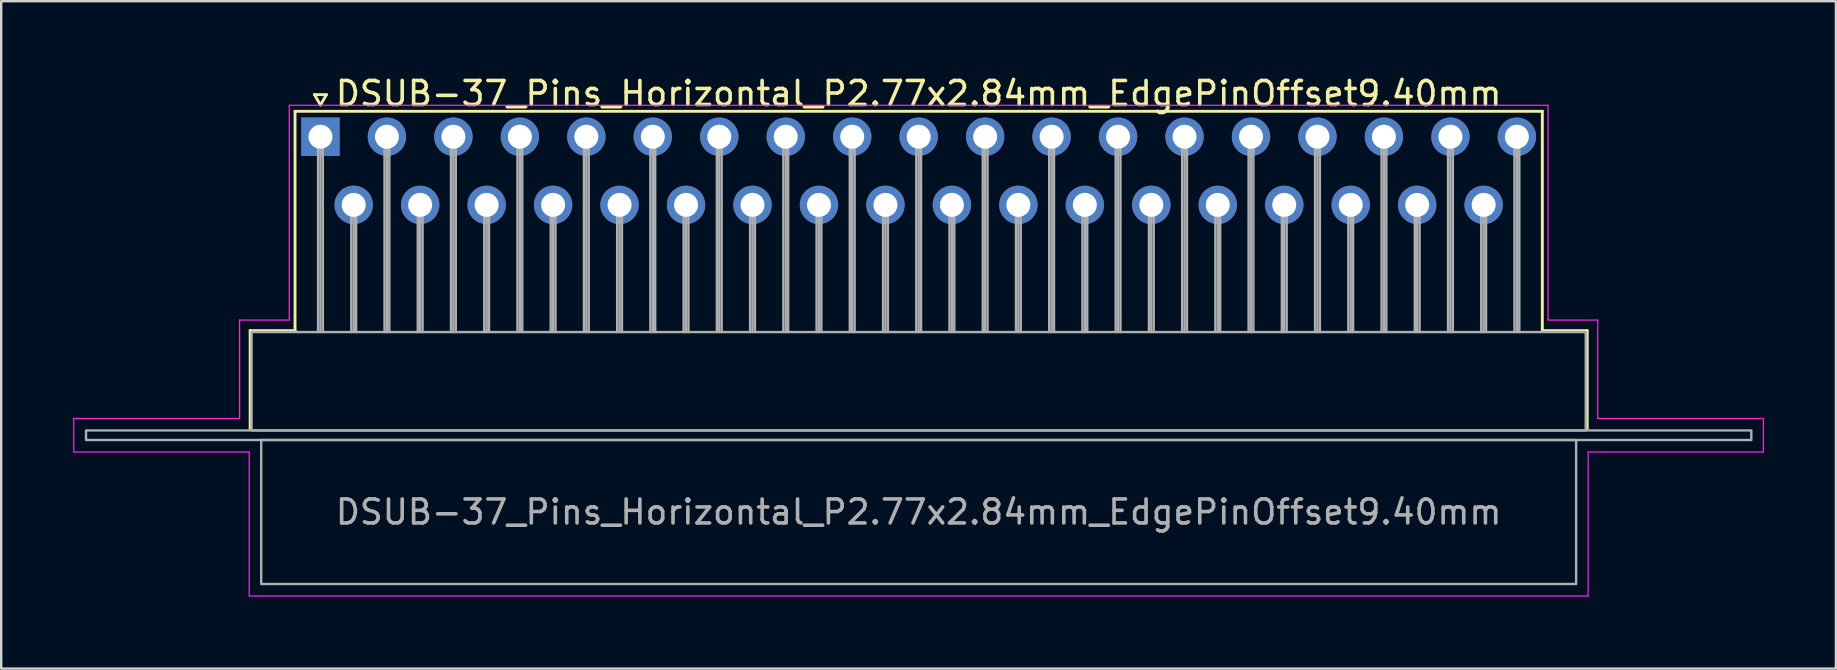
<source format=kicad_pcb>
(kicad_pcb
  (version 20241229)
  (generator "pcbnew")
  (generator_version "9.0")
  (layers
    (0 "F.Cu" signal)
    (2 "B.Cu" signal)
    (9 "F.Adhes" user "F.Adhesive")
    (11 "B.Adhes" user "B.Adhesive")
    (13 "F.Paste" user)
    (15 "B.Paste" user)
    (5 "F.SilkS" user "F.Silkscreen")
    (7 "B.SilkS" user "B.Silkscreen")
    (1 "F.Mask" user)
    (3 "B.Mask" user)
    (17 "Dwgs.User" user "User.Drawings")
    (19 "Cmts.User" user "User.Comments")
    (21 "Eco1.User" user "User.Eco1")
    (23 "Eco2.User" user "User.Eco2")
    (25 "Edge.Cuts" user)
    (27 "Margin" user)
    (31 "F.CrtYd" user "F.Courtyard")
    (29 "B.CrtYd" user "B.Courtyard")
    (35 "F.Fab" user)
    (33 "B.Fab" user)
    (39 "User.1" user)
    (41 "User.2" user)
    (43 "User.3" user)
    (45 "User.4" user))
  (footprint "DSUB-37_Pins_Horizontal_P2.77x2.84mm_EdgePinOffset9.40mm"
    (layer "F.Cu")
    (at 10.305 2.648)
    (property "Reference" "DSUB-37_Pins_Horizontal_P2.77x2.84mm_EdgePinOffset9.40mm" (at 24.93 -1.8 0) (layer "F.SilkS") (effects (font (size 1 1) (thickness 0.15))))
    (attr through_hole)
    (fp_line (start -2.93 8.08) (end -1.06 8.08) (stroke (width 0.12) (type solid)) (layer "F.SilkS"))
    (fp_line (start -2.93 12.18) (end -2.93 8.08) (stroke (width 0.12) (type solid)) (layer "F.SilkS"))
    (fp_line (start -1.06 -1.06) (end 50.92 -1.06) (stroke (width 0.12) (type solid)) (layer "F.SilkS"))
    (fp_line (start -1.06 8.08) (end -1.06 -1.06) (stroke (width 0.12) (type solid)) (layer "F.SilkS"))
    (fp_line (start -0.25 -1.754) (end 0.25 -1.754) (stroke (width 0.12) (type solid)) (layer "F.SilkS"))
    (fp_line (start 0 -1.321) (end -0.25 -1.754) (stroke (width 0.12) (type solid)) (layer "F.SilkS"))
    (fp_line (start 0.25 -1.754) (end 0 -1.321) (stroke (width 0.12) (type solid)) (layer "F.SilkS"))
    (fp_line (start 50.92 -1.06) (end 50.92 8.08) (stroke (width 0.12) (type solid)) (layer "F.SilkS"))
    (fp_line (start 50.92 8.08) (end 52.79 8.08) (stroke (width 0.12) (type solid)) (layer "F.SilkS"))
    (fp_line (start 52.79 8.08) (end 52.79 12.18) (stroke (width 0.12) (type solid)) (layer "F.SilkS"))
    (fp_line (start -10.28 11.74) (end -3.37 11.74) (stroke (width 0.05) (type solid)) (layer "F.CrtYd"))
    (fp_line (start -10.28 13.14) (end -10.28 11.74) (stroke (width 0.05) (type solid)) (layer "F.CrtYd"))
    (fp_line (start -3.37 7.64) (end -1.3 7.64) (stroke (width 0.05) (type solid)) (layer "F.CrtYd"))
    (fp_line (start -3.37 11.74) (end -3.37 7.64) (stroke (width 0.05) (type solid)) (layer "F.CrtYd"))
    (fp_line (start -2.97 13.14) (end -10.28 13.14) (stroke (width 0.05) (type solid)) (layer "F.CrtYd"))
    (fp_line (start -2.97 19.14) (end -2.97 13.14) (stroke (width 0.05) (type solid)) (layer "F.CrtYd"))
    (fp_line (start -1.3 -1.31) (end 51.16 -1.31) (stroke (width 0.05) (type solid)) (layer "F.CrtYd"))
    (fp_line (start -1.3 7.64) (end -1.3 -1.31) (stroke (width 0.05) (type solid)) (layer "F.CrtYd"))
    (fp_line (start 51.16 -1.31) (end 51.16 7.64) (stroke (width 0.05) (type solid)) (layer "F.CrtYd"))
    (fp_line (start 51.16 7.64) (end 53.23 7.64) (stroke (width 0.05) (type solid)) (layer "F.CrtYd"))
    (fp_line (start 52.83 13.14) (end 52.83 19.14) (stroke (width 0.05) (type solid)) (layer "F.CrtYd"))
    (fp_line (start 52.83 19.14) (end -2.97 19.14) (stroke (width 0.05) (type solid)) (layer "F.CrtYd"))
    (fp_line (start 53.23 7.64) (end 53.23 11.74) (stroke (width 0.05) (type solid)) (layer "F.CrtYd"))
    (fp_line (start 53.23 11.74) (end 60.13 11.74) (stroke (width 0.05) (type solid)) (layer "F.CrtYd"))
    (fp_line (start 60.13 11.74) (end 60.13 13.14) (stroke (width 0.05) (type solid)) (layer "F.CrtYd"))
    (fp_line (start 60.13 13.14) (end 52.83 13.14) (stroke (width 0.05) (type solid)) (layer "F.CrtYd"))
    (fp_line (start -0.1 0) (end -0.1 8.14) (stroke (width 0.1) (type solid)) (layer "F.Fab"))
    (fp_line (start 0 0) (end 0 8.14) (stroke (width 0.1) (type solid)) (layer "F.Fab"))
    (fp_line (start 0.1 0) (end 0.1 8.14) (stroke (width 0.1) (type solid)) (layer "F.Fab"))
    (fp_line (start 1.285 2.84) (end 1.285 8.14) (stroke (width 0.1) (type solid)) (layer "F.Fab"))
    (fp_line (start 1.385 2.84) (end 1.385 8.14) (stroke (width 0.1) (type solid)) (layer "F.Fab"))
    (fp_line (start 1.485 2.84) (end 1.485 8.14) (stroke (width 0.1) (type solid)) (layer "F.Fab"))
    (fp_line (start 2.67 0) (end 2.67 8.14) (stroke (width 0.1) (type solid)) (layer "F.Fab"))
    (fp_line (start 2.77 0) (end 2.77 8.14) (stroke (width 0.1) (type solid)) (layer "F.Fab"))
    (fp_line (start 2.87 0) (end 2.87 8.14) (stroke (width 0.1) (type solid)) (layer "F.Fab"))
    (fp_line (start 4.055 2.84) (end 4.055 8.14) (stroke (width 0.1) (type solid)) (layer "F.Fab"))
    (fp_line (start 4.155 2.84) (end 4.155 8.14) (stroke (width 0.1) (type solid)) (layer "F.Fab"))
    (fp_line (start 4.255 2.84) (end 4.255 8.14) (stroke (width 0.1) (type solid)) (layer "F.Fab"))
    (fp_line (start 5.44 0) (end 5.44 8.14) (stroke (width 0.1) (type solid)) (layer "F.Fab"))
    (fp_line (start 5.54 0) (end 5.54 8.14) (stroke (width 0.1) (type solid)) (layer "F.Fab"))
    (fp_line (start 5.64 0) (end 5.64 8.14) (stroke (width 0.1) (type solid)) (layer "F.Fab"))
    (fp_line (start 6.825 2.84) (end 6.825 8.14) (stroke (width 0.1) (type solid)) (layer "F.Fab"))
    (fp_line (start 6.925 2.84) (end 6.925 8.14) (stroke (width 0.1) (type solid)) (layer "F.Fab"))
    (fp_line (start 7.025 2.84) (end 7.025 8.14) (stroke (width 0.1) (type solid)) (layer "F.Fab"))
    (fp_line (start 8.21 0) (end 8.21 8.14) (stroke (width 0.1) (type solid)) (layer "F.Fab"))
    (fp_line (start 8.31 0) (end 8.31 8.14) (stroke (width 0.1) (type solid)) (layer "F.Fab"))
    (fp_line (start 8.41 0) (end 8.41 8.14) (stroke (width 0.1) (type solid)) (layer "F.Fab"))
    (fp_line (start 9.595 2.84) (end 9.595 8.14) (stroke (width 0.1) (type solid)) (layer "F.Fab"))
    (fp_line (start 9.695 2.84) (end 9.695 8.14) (stroke (width 0.1) (type solid)) (layer "F.Fab"))
    (fp_line (start 9.795 2.84) (end 9.795 8.14) (stroke (width 0.1) (type solid)) (layer "F.Fab"))
    (fp_line (start 10.98 0) (end 10.98 8.14) (stroke (width 0.1) (type solid)) (layer "F.Fab"))
    (fp_line (start 11.08 0) (end 11.08 8.14) (stroke (width 0.1) (type solid)) (layer "F.Fab"))
    (fp_line (start 11.18 0) (end 11.18 8.14) (stroke (width 0.1) (type solid)) (layer "F.Fab"))
    (fp_line (start 12.365 2.84) (end 12.365 8.14) (stroke (width 0.1) (type solid)) (layer "F.Fab"))
    (fp_line (start 12.465 2.84) (end 12.465 8.14) (stroke (width 0.1) (type solid)) (layer "F.Fab"))
    (fp_line (start 12.565 2.84) (end 12.565 8.14) (stroke (width 0.1) (type solid)) (layer "F.Fab"))
    (fp_line (start 13.75 0) (end 13.75 8.14) (stroke (width 0.1) (type solid)) (layer "F.Fab"))
    (fp_line (start 13.85 0) (end 13.85 8.14) (stroke (width 0.1) (type solid)) (layer "F.Fab"))
    (fp_line (start 13.95 0) (end 13.95 8.14) (stroke (width 0.1) (type solid)) (layer "F.Fab"))
    (fp_line (start 15.135 2.84) (end 15.135 8.14) (stroke (width 0.1) (type solid)) (layer "F.Fab"))
    (fp_line (start 15.235 2.84) (end 15.235 8.14) (stroke (width 0.1) (type solid)) (layer "F.Fab"))
    (fp_line (start 15.335 2.84) (end 15.335 8.14) (stroke (width 0.1) (type solid)) (layer "F.Fab"))
    (fp_line (start 16.52 0) (end 16.52 8.14) (stroke (width 0.1) (type solid)) (layer "F.Fab"))
    (fp_line (start 16.62 0) (end 16.62 8.14) (stroke (width 0.1) (type solid)) (layer "F.Fab"))
    (fp_line (start 16.72 0) (end 16.72 8.14) (stroke (width 0.1) (type solid)) (layer "F.Fab"))
    (fp_line (start 17.905 2.84) (end 17.905 8.14) (stroke (width 0.1) (type solid)) (layer "F.Fab"))
    (fp_line (start 18.005 2.84) (end 18.005 8.14) (stroke (width 0.1) (type solid)) (layer "F.Fab"))
    (fp_line (start 18.105 2.84) (end 18.105 8.14) (stroke (width 0.1) (type solid)) (layer "F.Fab"))
    (fp_line (start 19.29 0) (end 19.29 8.14) (stroke (width 0.1) (type solid)) (layer "F.Fab"))
    (fp_line (start 19.39 0) (end 19.39 8.14) (stroke (width 0.1) (type solid)) (layer "F.Fab"))
    (fp_line (start 19.49 0) (end 19.49 8.14) (stroke (width 0.1) (type solid)) (layer "F.Fab"))
    (fp_line (start 20.675 2.84) (end 20.675 8.14) (stroke (width 0.1) (type solid)) (layer "F.Fab"))
    (fp_line (start 20.775 2.84) (end 20.775 8.14) (stroke (width 0.1) (type solid)) (layer "F.Fab"))
    (fp_line (start 20.875 2.84) (end 20.875 8.14) (stroke (width 0.1) (type solid)) (layer "F.Fab"))
    (fp_line (start 22.06 0) (end 22.06 8.14) (stroke (width 0.1) (type solid)) (layer "F.Fab"))
    (fp_line (start 22.16 0) (end 22.16 8.14) (stroke (width 0.1) (type solid)) (layer "F.Fab"))
    (fp_line (start 22.26 0) (end 22.26 8.14) (stroke (width 0.1) (type solid)) (layer "F.Fab"))
    (fp_line (start 23.445 2.84) (end 23.445 8.14) (stroke (width 0.1) (type solid)) (layer "F.Fab"))
    (fp_line (start 23.545 2.84) (end 23.545 8.14) (stroke (width 0.1) (type solid)) (layer "F.Fab"))
    (fp_line (start 23.645 2.84) (end 23.645 8.14) (stroke (width 0.1) (type solid)) (layer "F.Fab"))
    (fp_line (start 24.83 0) (end 24.83 8.14) (stroke (width 0.1) (type solid)) (layer "F.Fab"))
    (fp_line (start 24.93 0) (end 24.93 8.14) (stroke (width 0.1) (type solid)) (layer "F.Fab"))
    (fp_line (start 25.03 0) (end 25.03 8.14) (stroke (width 0.1) (type solid)) (layer "F.Fab"))
    (fp_line (start 26.215 2.84) (end 26.215 8.14) (stroke (width 0.1) (type solid)) (layer "F.Fab"))
    (fp_line (start 26.315 2.84) (end 26.315 8.14) (stroke (width 0.1) (type solid)) (layer "F.Fab"))
    (fp_line (start 26.415 2.84) (end 26.415 8.14) (stroke (width 0.1) (type solid)) (layer "F.Fab"))
    (fp_line (start 27.6 0) (end 27.6 8.14) (stroke (width 0.1) (type solid)) (layer "F.Fab"))
    (fp_line (start 27.7 0) (end 27.7 8.14) (stroke (width 0.1) (type solid)) (layer "F.Fab"))
    (fp_line (start 27.8 0) (end 27.8 8.14) (stroke (width 0.1) (type solid)) (layer "F.Fab"))
    (fp_line (start 28.985 2.84) (end 28.985 8.14) (stroke (width 0.1) (type solid)) (layer "F.Fab"))
    (fp_line (start 29.085 2.84) (end 29.085 8.14) (stroke (width 0.1) (type solid)) (layer "F.Fab"))
    (fp_line (start 29.185 2.84) (end 29.185 8.14) (stroke (width 0.1) (type solid)) (layer "F.Fab"))
    (fp_line (start 30.37 0) (end 30.37 8.14) (stroke (width 0.1) (type solid)) (layer "F.Fab"))
    (fp_line (start 30.47 0) (end 30.47 8.14) (stroke (width 0.1) (type solid)) (layer "F.Fab"))
    (fp_line (start 30.57 0) (end 30.57 8.14) (stroke (width 0.1) (type solid)) (layer "F.Fab"))
    (fp_line (start 31.755 2.84) (end 31.755 8.14) (stroke (width 0.1) (type solid)) (layer "F.Fab"))
    (fp_line (start 31.855 2.84) (end 31.855 8.14) (stroke (width 0.1) (type solid)) (layer "F.Fab"))
    (fp_line (start 31.955 2.84) (end 31.955 8.14) (stroke (width 0.1) (type solid)) (layer "F.Fab"))
    (fp_line (start 33.14 0) (end 33.14 8.14) (stroke (width 0.1) (type solid)) (layer "F.Fab"))
    (fp_line (start 33.24 0) (end 33.24 8.14) (stroke (width 0.1) (type solid)) (layer "F.Fab"))
    (fp_line (start 33.34 0) (end 33.34 8.14) (stroke (width 0.1) (type solid)) (layer "F.Fab"))
    (fp_line (start 34.525 2.84) (end 34.525 8.14) (stroke (width 0.1) (type solid)) (layer "F.Fab"))
    (fp_line (start 34.625 2.84) (end 34.625 8.14) (stroke (width 0.1) (type solid)) (layer "F.Fab"))
    (fp_line (start 34.725 2.84) (end 34.725 8.14) (stroke (width 0.1) (type solid)) (layer "F.Fab"))
    (fp_line (start 35.91 0) (end 35.91 8.14) (stroke (width 0.1) (type solid)) (layer "F.Fab"))
    (fp_line (start 36.01 0) (end 36.01 8.14) (stroke (width 0.1) (type solid)) (layer "F.Fab"))
    (fp_line (start 36.11 0) (end 36.11 8.14) (stroke (width 0.1) (type solid)) (layer "F.Fab"))
    (fp_line (start 37.295 2.84) (end 37.295 8.14) (stroke (width 0.1) (type solid)) (layer "F.Fab"))
    (fp_line (start 37.395 2.84) (end 37.395 8.14) (stroke (width 0.1) (type solid)) (layer "F.Fab"))
    (fp_line (start 37.495 2.84) (end 37.495 8.14) (stroke (width 0.1) (type solid)) (layer "F.Fab"))
    (fp_line (start 38.68 0) (end 38.68 8.14) (stroke (width 0.1) (type solid)) (layer "F.Fab"))
    (fp_line (start 38.78 0) (end 38.78 8.14) (stroke (width 0.1) (type solid)) (layer "F.Fab"))
    (fp_line (start 38.88 0) (end 38.88 8.14) (stroke (width 0.1) (type solid)) (layer "F.Fab"))
    (fp_line (start 40.065 2.84) (end 40.065 8.14) (stroke (width 0.1) (type solid)) (layer "F.Fab"))
    (fp_line (start 40.165 2.84) (end 40.165 8.14) (stroke (width 0.1) (type solid)) (layer "F.Fab"))
    (fp_line (start 40.265 2.84) (end 40.265 8.14) (stroke (width 0.1) (type solid)) (layer "F.Fab"))
    (fp_line (start 41.45 0) (end 41.45 8.14) (stroke (width 0.1) (type solid)) (layer "F.Fab"))
    (fp_line (start 41.55 0) (end 41.55 8.14) (stroke (width 0.1) (type solid)) (layer "F.Fab"))
    (fp_line (start 41.65 0) (end 41.65 8.14) (stroke (width 0.1) (type solid)) (layer "F.Fab"))
    (fp_line (start 42.835 2.84) (end 42.835 8.14) (stroke (width 0.1) (type solid)) (layer "F.Fab"))
    (fp_line (start 42.935 2.84) (end 42.935 8.14) (stroke (width 0.1) (type solid)) (layer "F.Fab"))
    (fp_line (start 43.035 2.84) (end 43.035 8.14) (stroke (width 0.1) (type solid)) (layer "F.Fab"))
    (fp_line (start 44.22 0) (end 44.22 8.14) (stroke (width 0.1) (type solid)) (layer "F.Fab"))
    (fp_line (start 44.32 0) (end 44.32 8.14) (stroke (width 0.1) (type solid)) (layer "F.Fab"))
    (fp_line (start 44.42 0) (end 44.42 8.14) (stroke (width 0.1) (type solid)) (layer "F.Fab"))
    (fp_line (start 45.605 2.84) (end 45.605 8.14) (stroke (width 0.1) (type solid)) (layer "F.Fab"))
    (fp_line (start 45.705 2.84) (end 45.705 8.14) (stroke (width 0.1) (type solid)) (layer "F.Fab"))
    (fp_line (start 45.805 2.84) (end 45.805 8.14) (stroke (width 0.1) (type solid)) (layer "F.Fab"))
    (fp_line (start 46.99 0) (end 46.99 8.14) (stroke (width 0.1) (type solid)) (layer "F.Fab"))
    (fp_line (start 47.09 0) (end 47.09 8.14) (stroke (width 0.1) (type solid)) (layer "F.Fab"))
    (fp_line (start 47.19 0) (end 47.19 8.14) (stroke (width 0.1) (type solid)) (layer "F.Fab"))
    (fp_line (start 48.375 2.84) (end 48.375 8.14) (stroke (width 0.1) (type solid)) (layer "F.Fab"))
    (fp_line (start 48.475 2.84) (end 48.475 8.14) (stroke (width 0.1) (type solid)) (layer "F.Fab"))
    (fp_line (start 48.575 2.84) (end 48.575 8.14) (stroke (width 0.1) (type solid)) (layer "F.Fab"))
    (fp_line (start 49.76 0) (end 49.76 8.14) (stroke (width 0.1) (type solid)) (layer "F.Fab"))
    (fp_line (start 49.86 0) (end 49.86 8.14) (stroke (width 0.1) (type solid)) (layer "F.Fab"))
    (fp_line (start 49.96 0) (end 49.96 8.14) (stroke (width 0.1) (type solid)) (layer "F.Fab"))
    (fp_rect (start -9.77 12.24) (end 59.63 12.64) (stroke (width 0.1) (type solid)) (fill no) (layer "F.Fab"))
    (fp_rect (start -2.87 8.14) (end 52.73 12.24) (stroke (width 0.1) (type solid)) (fill no) (layer "F.Fab"))
    (fp_rect (start -2.47 12.64) (end 52.33 18.64) (stroke (width 0.1) (type solid)) (fill no) (layer "F.Fab"))
    (fp_text user "${REFERENCE}" (at 24.93 15.64 0) (layer "F.Fab") (effects (font (size 1 1) (thickness 0.15))))
    (pad "1" thru_hole rect (at 0 0) (size 1.6 1.6) (drill 1) (layers "*.Cu" "*.Mask"))
    (pad "2" thru_hole circle (at 2.77 0) (size 1.6 1.6) (drill 1) (layers "*.Cu" "*.Mask"))
    (pad "3" thru_hole circle (at 5.54 0) (size 1.6 1.6) (drill 1) (layers "*.Cu" "*.Mask"))
    (pad "4" thru_hole circle (at 8.31 0) (size 1.6 1.6) (drill 1) (layers "*.Cu" "*.Mask"))
    (pad "5" thru_hole circle (at 11.08 0) (size 1.6 1.6) (drill 1) (layers "*.Cu" "*.Mask"))
    (pad "6" thru_hole circle (at 13.85 0) (size 1.6 1.6) (drill 1) (layers "*.Cu" "*.Mask"))
    (pad "7" thru_hole circle (at 16.62 0) (size 1.6 1.6) (drill 1) (layers "*.Cu" "*.Mask"))
    (pad "8" thru_hole circle (at 19.39 0) (size 1.6 1.6) (drill 1) (layers "*.Cu" "*.Mask"))
    (pad "9" thru_hole circle (at 22.16 0) (size 1.6 1.6) (drill 1) (layers "*.Cu" "*.Mask"))
    (pad "10" thru_hole circle (at 24.93 0) (size 1.6 1.6) (drill 1) (layers "*.Cu" "*.Mask"))
    (pad "11" thru_hole circle (at 27.7 0) (size 1.6 1.6) (drill 1) (layers "*.Cu" "*.Mask"))
    (pad "12" thru_hole circle (at 30.47 0) (size 1.6 1.6) (drill 1) (layers "*.Cu" "*.Mask"))
    (pad "13" thru_hole circle (at 33.24 0) (size 1.6 1.6) (drill 1) (layers "*.Cu" "*.Mask"))
    (pad "14" thru_hole circle (at 36.01 0) (size 1.6 1.6) (drill 1) (layers "*.Cu" "*.Mask"))
    (pad "15" thru_hole circle (at 38.78 0) (size 1.6 1.6) (drill 1) (layers "*.Cu" "*.Mask"))
    (pad "16" thru_hole circle (at 41.55 0) (size 1.6 1.6) (drill 1) (layers "*.Cu" "*.Mask"))
    (pad "17" thru_hole circle (at 44.32 0) (size 1.6 1.6) (drill 1) (layers "*.Cu" "*.Mask"))
    (pad "18" thru_hole circle (at 47.09 0) (size 1.6 1.6) (drill 1) (layers "*.Cu" "*.Mask"))
    (pad "19" thru_hole circle (at 49.86 0) (size 1.6 1.6) (drill 1) (layers "*.Cu" "*.Mask"))
    (pad "20" thru_hole circle (at 1.385 2.84) (size 1.6 1.6) (drill 1) (layers "*.Cu" "*.Mask"))
    (pad "21" thru_hole circle (at 4.155 2.84) (size 1.6 1.6) (drill 1) (layers "*.Cu" "*.Mask"))
    (pad "22" thru_hole circle (at 6.925 2.84) (size 1.6 1.6) (drill 1) (layers "*.Cu" "*.Mask"))
    (pad "23" thru_hole circle (at 9.695 2.84) (size 1.6 1.6) (drill 1) (layers "*.Cu" "*.Mask"))
    (pad "24" thru_hole circle (at 12.465 2.84) (size 1.6 1.6) (drill 1) (layers "*.Cu" "*.Mask"))
    (pad "25" thru_hole circle (at 15.235 2.84) (size 1.6 1.6) (drill 1) (layers "*.Cu" "*.Mask"))
    (pad "26" thru_hole circle (at 18.005 2.84) (size 1.6 1.6) (drill 1) (layers "*.Cu" "*.Mask"))
    (pad "27" thru_hole circle (at 20.775 2.84) (size 1.6 1.6) (drill 1) (layers "*.Cu" "*.Mask"))
    (pad "28" thru_hole circle (at 23.545 2.84) (size 1.6 1.6) (drill 1) (layers "*.Cu" "*.Mask"))
    (pad "29" thru_hole circle (at 26.315 2.84) (size 1.6 1.6) (drill 1) (layers "*.Cu" "*.Mask"))
    (pad "30" thru_hole circle (at 29.085 2.84) (size 1.6 1.6) (drill 1) (layers "*.Cu" "*.Mask"))
    (pad "31" thru_hole circle (at 31.855 2.84) (size 1.6 1.6) (drill 1) (layers "*.Cu" "*.Mask"))
    (pad "32" thru_hole circle (at 34.625 2.84) (size 1.6 1.6) (drill 1) (layers "*.Cu" "*.Mask"))
    (pad "33" thru_hole circle (at 37.395 2.84) (size 1.6 1.6) (drill 1) (layers "*.Cu" "*.Mask"))
    (pad "34" thru_hole circle (at 40.165 2.84) (size 1.6 1.6) (drill 1) (layers "*.Cu" "*.Mask"))
    (pad "35" thru_hole circle (at 42.935 2.84) (size 1.6 1.6) (drill 1) (layers "*.Cu" "*.Mask"))
    (pad "36" thru_hole circle (at 45.705 2.84) (size 1.6 1.6) (drill 1) (layers "*.Cu" "*.Mask"))
    (pad "37" thru_hole circle (at 48.475 2.84) (size 1.6 1.6) (drill 1) (layers "*.Cu" "*.Mask")))
  (gr_rect
    (start -3 -3)
    (end 73.46 24.813)
    (stroke (width 0.1) (type default))
    (fill no)
    (layer "Edge.Cuts")))
</source>
